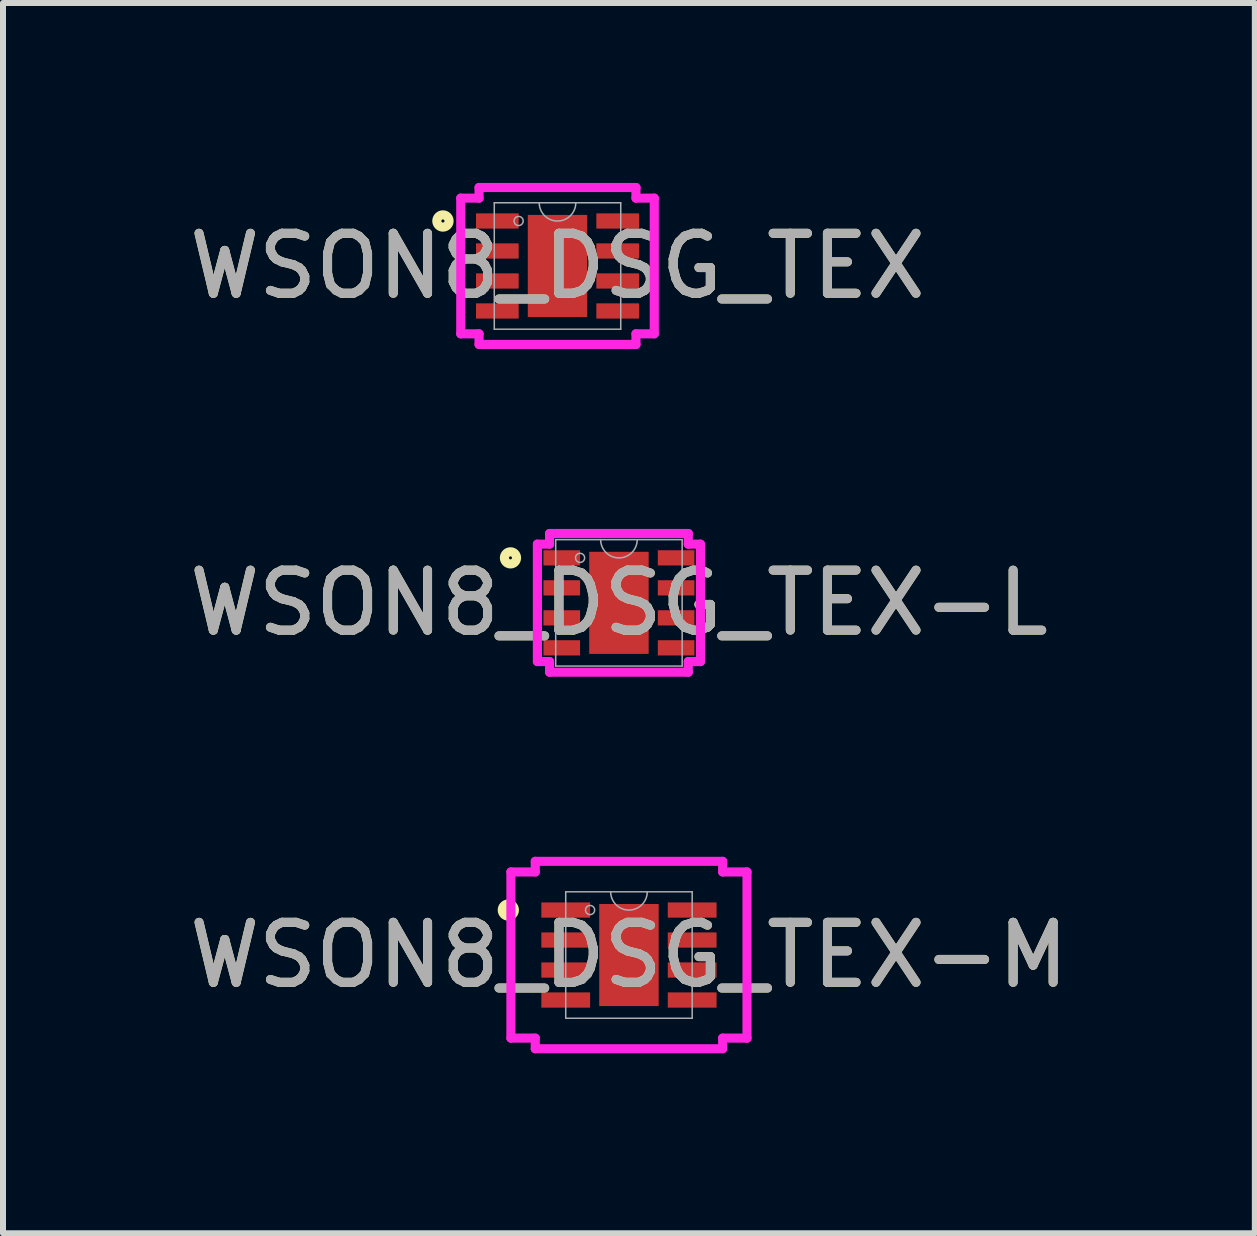
<source format=kicad_pcb>
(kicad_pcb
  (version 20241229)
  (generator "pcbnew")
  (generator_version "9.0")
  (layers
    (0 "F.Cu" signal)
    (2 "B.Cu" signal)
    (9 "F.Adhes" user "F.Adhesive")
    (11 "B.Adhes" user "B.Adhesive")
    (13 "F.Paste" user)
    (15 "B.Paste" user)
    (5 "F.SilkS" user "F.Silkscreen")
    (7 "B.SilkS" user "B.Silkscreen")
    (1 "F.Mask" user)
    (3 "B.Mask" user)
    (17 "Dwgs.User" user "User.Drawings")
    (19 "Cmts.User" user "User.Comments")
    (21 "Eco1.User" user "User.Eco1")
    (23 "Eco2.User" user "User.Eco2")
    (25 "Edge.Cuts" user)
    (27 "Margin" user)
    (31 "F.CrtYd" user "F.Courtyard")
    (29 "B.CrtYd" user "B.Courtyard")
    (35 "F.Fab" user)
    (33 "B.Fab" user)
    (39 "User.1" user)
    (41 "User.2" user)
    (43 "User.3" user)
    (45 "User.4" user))
  (footprint "WSON8_DSG_TEX"
    (layer "F.Cu")
    (at 6.244 1.384)
    (property "Reference" "WSON8_DSG_TEX" (at 0 0 0) (unlocked yes) (layer "F.SilkS") (effects (font (size 1 1) (thickness 0.15))))
    (attr smd)
    (fp_circle (center -1.91 -0.75) (end -1.808 -0.75) (stroke (width 0.152) (type solid)) (fill no) (layer "F.SilkS"))
    (fp_line (start -1.613 -1.131) (end -1.308 -1.131) (stroke (width 0.152) (type solid)) (layer "F.CrtYd"))
    (fp_line (start -1.613 1.131) (end -1.613 -1.131) (stroke (width 0.152) (type solid)) (layer "F.CrtYd"))
    (fp_line (start -1.613 1.131) (end -1.308 1.131) (stroke (width 0.152) (type solid)) (layer "F.CrtYd"))
    (fp_line (start -1.308 -1.308) (end 1.308 -1.308) (stroke (width 0.152) (type solid)) (layer "F.CrtYd"))
    (fp_line (start -1.308 -1.131) (end -1.308 -1.308) (stroke (width 0.152) (type solid)) (layer "F.CrtYd"))
    (fp_line (start -1.308 1.308) (end -1.308 1.131) (stroke (width 0.152) (type solid)) (layer "F.CrtYd"))
    (fp_line (start 1.308 -1.308) (end 1.308 -1.131) (stroke (width 0.152) (type solid)) (layer "F.CrtYd"))
    (fp_line (start 1.308 1.131) (end 1.308 1.308) (stroke (width 0.152) (type solid)) (layer "F.CrtYd"))
    (fp_line (start 1.308 1.308) (end -1.308 1.308) (stroke (width 0.152) (type solid)) (layer "F.CrtYd"))
    (fp_line (start 1.613 -1.131) (end 1.308 -1.131) (stroke (width 0.152) (type solid)) (layer "F.CrtYd"))
    (fp_line (start 1.613 -1.131) (end 1.613 1.131) (stroke (width 0.152) (type solid)) (layer "F.CrtYd"))
    (fp_line (start 1.613 1.131) (end 1.308 1.131) (stroke (width 0.152) (type solid)) (layer "F.CrtYd"))
    (fp_line (start -1.054 -1.054) (end -1.054 1.054) (stroke (width 0.025) (type solid)) (layer "F.Fab"))
    (fp_line (start -1.054 1.054) (end 1.054 1.054) (stroke (width 0.025) (type solid)) (layer "F.Fab"))
    (fp_line (start 1.054 -1.054) (end -1.054 -1.054) (stroke (width 0.025) (type solid)) (layer "F.Fab"))
    (fp_line (start 1.054 1.054) (end 1.054 -1.054) (stroke (width 0.025) (type solid)) (layer "F.Fab"))
    (fp_arc (start 0.3048 -1.0541) (mid 0 -0.7493) (end -0.3048 -1.0541) (stroke (width 0.0254) (type solid)) (layer "F.Fab"))
    (fp_circle (center -0.648 -0.75) (end -0.572 -0.75) (stroke (width 0.025) (type solid)) (fill no) (layer "F.Fab"))
    (fp_text user "${REFERENCE}" (at 0 0 0) (unlocked yes) (layer "F.Fab") (effects (font (size 1 1) (thickness 0.15))))
    (pad "1" smd rect (at -1.003 -0.75) (size 0.711 0.254) (layers "F.Cu" "F.Mask" "F.Paste"))
    (pad "2" smd rect (at -1.003 -0.25) (size 0.711 0.254) (layers "F.Cu" "F.Mask" "F.Paste"))
    (pad "3" smd rect (at -1.003 0.25) (size 0.711 0.254) (layers "F.Cu" "F.Mask" "F.Paste"))
    (pad "4" smd rect (at -1.003 0.75) (size 0.711 0.254) (layers "F.Cu" "F.Mask" "F.Paste"))
    (pad "5" smd rect (at 1.003 0.75) (size 0.711 0.254) (layers "F.Cu" "F.Mask" "F.Paste"))
    (pad "6" smd rect (at 1.003 0.25) (size 0.711 0.254) (layers "F.Cu" "F.Mask" "F.Paste"))
    (pad "7" smd rect (at 1.003 -0.25) (size 0.711 0.254) (layers "F.Cu" "F.Mask" "F.Paste"))
    (pad "8" smd rect (at 1.003 -0.75) (size 0.711 0.254) (layers "F.Cu" "F.Mask" "F.Paste"))
    (pad "9" smd rect (at 0 0) (size 0.991 1.702) (layers "F.Cu" "F.Mask" "F.Paste")))
  (footprint "WSON8_DSG_TEX-M"
    (layer "F.Cu")
    (at 7.435 12.871)
    (property "Reference" "WSON8_DSG_TEX-M" (at 0 0 0) (unlocked yes) (layer "F.SilkS") (effects (font (size 1 1) (thickness 0.15))))
    (attr smd)
    (fp_circle (center -2.011 -0.75) (end -1.91 -0.75) (stroke (width 0.152) (type solid)) (fill no) (layer "F.SilkS"))
    (fp_line (start -1.968 -1.385) (end -1.562 -1.385) (stroke (width 0.152) (type solid)) (layer "F.CrtYd"))
    (fp_line (start -1.968 1.385) (end -1.968 -1.385) (stroke (width 0.152) (type solid)) (layer "F.CrtYd"))
    (fp_line (start -1.968 1.385) (end -1.562 1.385) (stroke (width 0.152) (type solid)) (layer "F.CrtYd"))
    (fp_line (start -1.562 -1.562) (end 1.562 -1.562) (stroke (width 0.152) (type solid)) (layer "F.CrtYd"))
    (fp_line (start -1.562 -1.385) (end -1.562 -1.562) (stroke (width 0.152) (type solid)) (layer "F.CrtYd"))
    (fp_line (start -1.562 1.562) (end -1.562 1.385) (stroke (width 0.152) (type solid)) (layer "F.CrtYd"))
    (fp_line (start 1.562 -1.562) (end 1.562 -1.385) (stroke (width 0.152) (type solid)) (layer "F.CrtYd"))
    (fp_line (start 1.562 1.385) (end 1.562 1.562) (stroke (width 0.152) (type solid)) (layer "F.CrtYd"))
    (fp_line (start 1.562 1.562) (end -1.562 1.562) (stroke (width 0.152) (type solid)) (layer "F.CrtYd"))
    (fp_line (start 1.968 -1.385) (end 1.562 -1.385) (stroke (width 0.152) (type solid)) (layer "F.CrtYd"))
    (fp_line (start 1.968 -1.385) (end 1.968 1.385) (stroke (width 0.152) (type solid)) (layer "F.CrtYd"))
    (fp_line (start 1.968 1.385) (end 1.562 1.385) (stroke (width 0.152) (type solid)) (layer "F.CrtYd"))
    (fp_line (start -1.054 -1.054) (end -1.054 1.054) (stroke (width 0.025) (type solid)) (layer "F.Fab"))
    (fp_line (start -1.054 1.054) (end 1.054 1.054) (stroke (width 0.025) (type solid)) (layer "F.Fab"))
    (fp_line (start 1.054 -1.054) (end -1.054 -1.054) (stroke (width 0.025) (type solid)) (layer "F.Fab"))
    (fp_line (start 1.054 1.054) (end 1.054 -1.054) (stroke (width 0.025) (type solid)) (layer "F.Fab"))
    (fp_arc (start 0.3048 -1.0541) (mid 0 -0.7493) (end -0.3048 -1.0541) (stroke (width 0.0254) (type solid)) (layer "F.Fab"))
    (fp_circle (center -0.648 -0.75) (end -0.572 -0.75) (stroke (width 0.025) (type solid)) (fill no) (layer "F.Fab"))
    (fp_text user "${REFERENCE}" (at 0 0 0) (unlocked yes) (layer "F.Fab") (effects (font (size 1 1) (thickness 0.15))))
    (pad "1" smd rect (at -1.054 -0.75) (size 0.813 0.254) (layers "F.Cu" "F.Mask" "F.Paste"))
    (pad "2" smd rect (at -1.054 -0.25) (size 0.813 0.254) (layers "F.Cu" "F.Mask" "F.Paste"))
    (pad "3" smd rect (at -1.054 0.25) (size 0.813 0.254) (layers "F.Cu" "F.Mask" "F.Paste"))
    (pad "4" smd rect (at -1.054 0.75) (size 0.813 0.254) (layers "F.Cu" "F.Mask" "F.Paste"))
    (pad "5" smd rect (at 1.054 0.75) (size 0.813 0.254) (layers "F.Cu" "F.Mask" "F.Paste"))
    (pad "6" smd rect (at 1.054 0.25) (size 0.813 0.254) (layers "F.Cu" "F.Mask" "F.Paste"))
    (pad "7" smd rect (at 1.054 -0.25) (size 0.813 0.254) (layers "F.Cu" "F.Mask" "F.Paste"))
    (pad "8" smd rect (at 1.054 -0.75) (size 0.813 0.254) (layers "F.Cu" "F.Mask" "F.Paste"))
    (pad "9" smd rect (at 0 0) (size 0.991 1.702) (layers "F.Cu" "F.Mask" "F.Paste")))
  (footprint "WSON8_DSG_TEX-L"
    (layer "F.Cu")
    (at 7.268 7)
    (property "Reference" "WSON8_DSG_TEX-L" (at 0 0 0) (unlocked yes) (layer "F.SilkS") (effects (font (size 1 1) (thickness 0.15))))
    (attr smd)
    (fp_circle (center -1.808 -0.75) (end -1.707 -0.75) (stroke (width 0.152) (type solid)) (fill no) (layer "F.SilkS"))
    (fp_line (start -1.359 -0.979) (end -1.156 -0.979) (stroke (width 0.152) (type solid)) (layer "F.CrtYd"))
    (fp_line (start -1.359 0.979) (end -1.359 -0.979) (stroke (width 0.152) (type solid)) (layer "F.CrtYd"))
    (fp_line (start -1.359 0.979) (end -1.156 0.979) (stroke (width 0.152) (type solid)) (layer "F.CrtYd"))
    (fp_line (start -1.156 -1.156) (end 1.156 -1.156) (stroke (width 0.152) (type solid)) (layer "F.CrtYd"))
    (fp_line (start -1.156 -0.979) (end -1.156 -1.156) (stroke (width 0.152) (type solid)) (layer "F.CrtYd"))
    (fp_line (start -1.156 1.156) (end -1.156 0.979) (stroke (width 0.152) (type solid)) (layer "F.CrtYd"))
    (fp_line (start 1.156 -1.156) (end 1.156 -0.979) (stroke (width 0.152) (type solid)) (layer "F.CrtYd"))
    (fp_line (start 1.156 0.979) (end 1.156 1.156) (stroke (width 0.152) (type solid)) (layer "F.CrtYd"))
    (fp_line (start 1.156 1.156) (end -1.156 1.156) (stroke (width 0.152) (type solid)) (layer "F.CrtYd"))
    (fp_line (start 1.359 -0.979) (end 1.156 -0.979) (stroke (width 0.152) (type solid)) (layer "F.CrtYd"))
    (fp_line (start 1.359 -0.979) (end 1.359 0.979) (stroke (width 0.152) (type solid)) (layer "F.CrtYd"))
    (fp_line (start 1.359 0.979) (end 1.156 0.979) (stroke (width 0.152) (type solid)) (layer "F.CrtYd"))
    (fp_line (start -1.054 -1.054) (end -1.054 1.054) (stroke (width 0.025) (type solid)) (layer "F.Fab"))
    (fp_line (start -1.054 1.054) (end 1.054 1.054) (stroke (width 0.025) (type solid)) (layer "F.Fab"))
    (fp_line (start 1.054 -1.054) (end -1.054 -1.054) (stroke (width 0.025) (type solid)) (layer "F.Fab"))
    (fp_line (start 1.054 1.054) (end 1.054 -1.054) (stroke (width 0.025) (type solid)) (layer "F.Fab"))
    (fp_arc (start 0.3048 -1.0541) (mid 0 -0.7493) (end -0.3048 -1.0541) (stroke (width 0.0254) (type solid)) (layer "F.Fab"))
    (fp_circle (center -0.648 -0.75) (end -0.572 -0.75) (stroke (width 0.025) (type solid)) (fill no) (layer "F.Fab"))
    (fp_text user "${REFERENCE}" (at 0 0 0) (unlocked yes) (layer "F.Fab") (effects (font (size 1 1) (thickness 0.15))))
    (pad "1" smd rect (at -0.953 -0.75) (size 0.61 0.254) (layers "F.Cu" "F.Mask" "F.Paste"))
    (pad "2" smd rect (at -0.953 -0.25) (size 0.61 0.254) (layers "F.Cu" "F.Mask" "F.Paste"))
    (pad "3" smd rect (at -0.953 0.25) (size 0.61 0.254) (layers "F.Cu" "F.Mask" "F.Paste"))
    (pad "4" smd rect (at -0.953 0.75) (size 0.61 0.254) (layers "F.Cu" "F.Mask" "F.Paste"))
    (pad "5" smd rect (at 0.953 0.75) (size 0.61 0.254) (layers "F.Cu" "F.Mask" "F.Paste"))
    (pad "6" smd rect (at 0.953 0.25) (size 0.61 0.254) (layers "F.Cu" "F.Mask" "F.Paste"))
    (pad "7" smd rect (at 0.953 -0.25) (size 0.61 0.254) (layers "F.Cu" "F.Mask" "F.Paste"))
    (pad "8" smd rect (at 0.953 -0.75) (size 0.61 0.254) (layers "F.Cu" "F.Mask" "F.Paste"))
    (pad "9" smd rect (at 0 0) (size 0.991 1.702) (layers "F.Cu" "F.Mask" "F.Paste")))
  (gr_rect
    (start -3 -3)
    (end 17.869 17.509)
    (stroke (width 0.1) (type default))
    (fill no)
    (layer "Edge.Cuts")))
</source>
